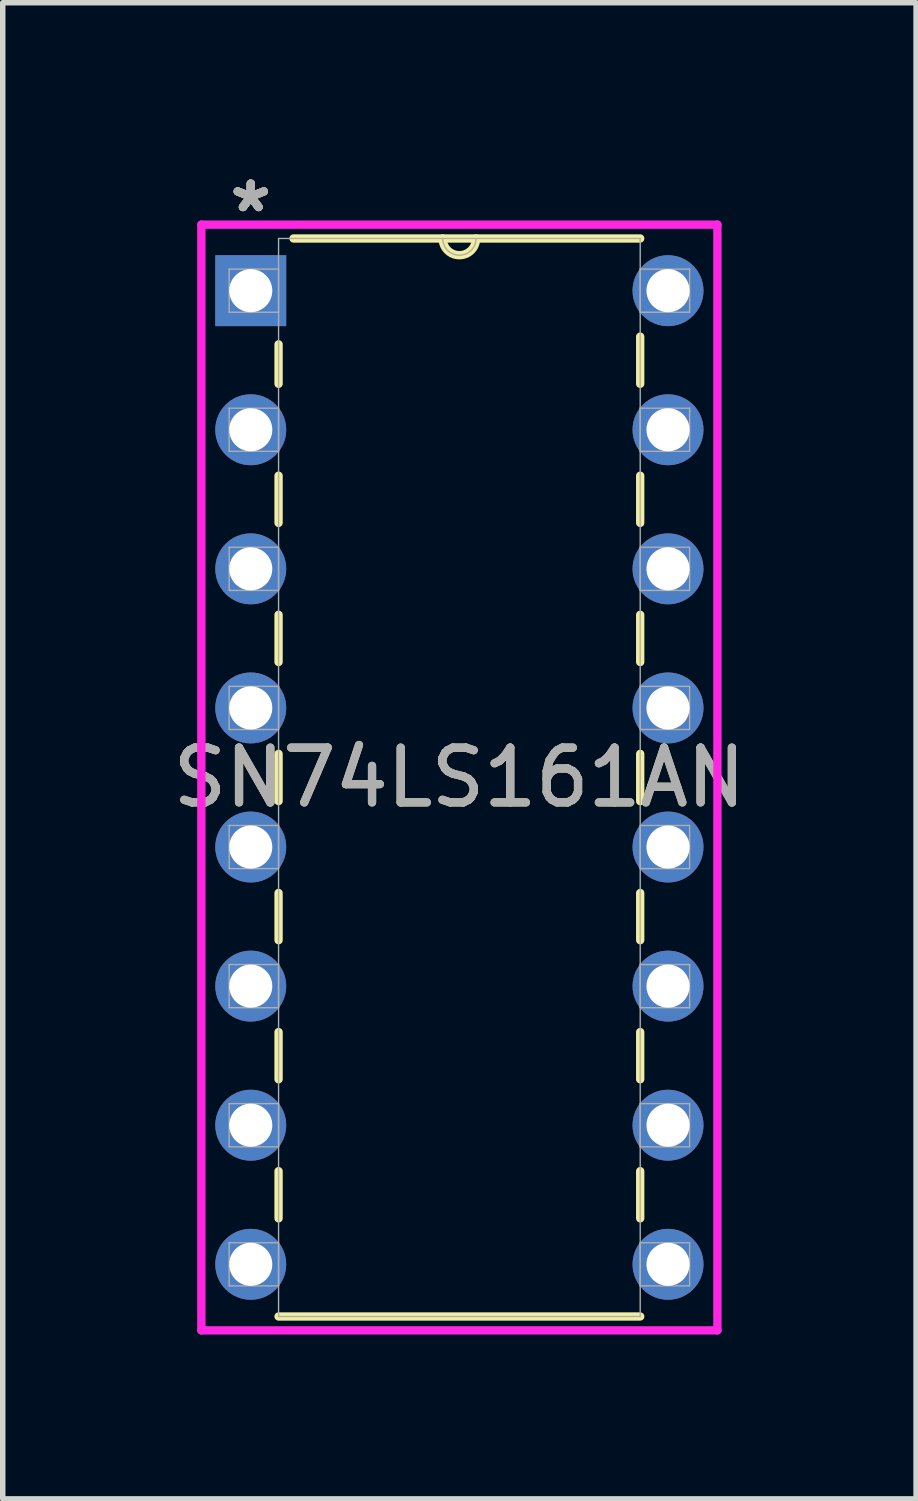
<source format=kicad_pcb>
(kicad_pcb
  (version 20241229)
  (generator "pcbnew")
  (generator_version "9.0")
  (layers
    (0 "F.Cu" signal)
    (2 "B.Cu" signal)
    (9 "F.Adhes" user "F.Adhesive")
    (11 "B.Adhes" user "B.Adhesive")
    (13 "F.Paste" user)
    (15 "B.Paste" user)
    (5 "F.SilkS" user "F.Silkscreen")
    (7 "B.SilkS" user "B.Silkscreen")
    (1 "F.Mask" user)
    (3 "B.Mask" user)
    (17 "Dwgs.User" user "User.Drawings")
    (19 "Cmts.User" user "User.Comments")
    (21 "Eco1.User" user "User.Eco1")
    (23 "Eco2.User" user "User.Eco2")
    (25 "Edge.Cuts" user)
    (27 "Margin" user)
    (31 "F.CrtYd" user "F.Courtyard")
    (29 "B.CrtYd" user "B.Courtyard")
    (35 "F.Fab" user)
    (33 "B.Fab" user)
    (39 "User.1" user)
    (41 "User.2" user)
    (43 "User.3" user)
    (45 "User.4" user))
  (footprint "SN74LS161AN"
    (layer "F.Cu")
    (at 9.149 20.038)
    (property "Reference" "SN74LS161AN" (at -3.81 -8.89 0) (unlocked yes) (layer "F.SilkS") (effects (font (size 1 1) (thickness 0.15))))
    (attr through_hole)
    (fp_line (start -7.112 -16.8) (end -7.112 -16.079) (stroke (width 0.152) (type solid)) (layer "F.SilkS"))
    (fp_line (start -7.112 -14.401) (end -7.112 -13.539) (stroke (width 0.152) (type solid)) (layer "F.SilkS"))
    (fp_line (start -7.112 -11.861) (end -7.112 -10.999) (stroke (width 0.152) (type solid)) (layer "F.SilkS"))
    (fp_line (start -7.112 -9.321) (end -7.112 -8.459) (stroke (width 0.152) (type solid)) (layer "F.SilkS"))
    (fp_line (start -7.112 -6.781) (end -7.112 -5.919) (stroke (width 0.152) (type solid)) (layer "F.SilkS"))
    (fp_line (start -7.112 -4.241) (end -7.112 -3.379) (stroke (width 0.152) (type solid)) (layer "F.SilkS"))
    (fp_line (start -7.112 -1.701) (end -7.112 -0.839) (stroke (width 0.152) (type solid)) (layer "F.SilkS"))
    (fp_line (start -7.112 0.953) (end -0.508 0.953) (stroke (width 0.152) (type solid)) (layer "F.SilkS"))
    (fp_line (start -0.508 -18.733) (end -6.839 -18.733) (stroke (width 0.152) (type solid)) (layer "F.SilkS"))
    (fp_line (start -0.508 -16.079) (end -0.508 -16.941) (stroke (width 0.152) (type solid)) (layer "F.SilkS"))
    (fp_line (start -0.508 -13.539) (end -0.508 -14.401) (stroke (width 0.152) (type solid)) (layer "F.SilkS"))
    (fp_line (start -0.508 -10.999) (end -0.508 -11.861) (stroke (width 0.152) (type solid)) (layer "F.SilkS"))
    (fp_line (start -0.508 -8.459) (end -0.508 -9.321) (stroke (width 0.152) (type solid)) (layer "F.SilkS"))
    (fp_line (start -0.508 -5.919) (end -0.508 -6.781) (stroke (width 0.152) (type solid)) (layer "F.SilkS"))
    (fp_line (start -0.508 -3.379) (end -0.508 -4.241) (stroke (width 0.152) (type solid)) (layer "F.SilkS"))
    (fp_line (start -0.508 -0.839) (end -0.508 -1.701) (stroke (width 0.152) (type solid)) (layer "F.SilkS"))
    (fp_arc (start -3.5052 -18.7325) (mid -3.81 -18.4277) (end -4.1148 -18.7325) (stroke (width 0.1524) (type solid)) (layer "F.SilkS"))
    (fp_line (start -8.522 -18.986) (end -8.522 1.206) (stroke (width 0.152) (type solid)) (layer "F.CrtYd"))
    (fp_line (start -8.522 1.206) (end 0.902 1.206) (stroke (width 0.152) (type solid)) (layer "F.CrtYd"))
    (fp_line (start 0.902 -18.986) (end -8.522 -18.986) (stroke (width 0.152) (type solid)) (layer "F.CrtYd"))
    (fp_line (start 0.902 1.206) (end 0.902 -18.986) (stroke (width 0.152) (type solid)) (layer "F.CrtYd"))
    (fp_line (start -8.014 -18.174) (end -8.014 -17.386) (stroke (width 0.025) (type solid)) (layer "F.Fab"))
    (fp_line (start -8.014 -17.386) (end -7.112 -17.386) (stroke (width 0.025) (type solid)) (layer "F.Fab"))
    (fp_line (start -8.014 -15.634) (end -8.014 -14.846) (stroke (width 0.025) (type solid)) (layer "F.Fab"))
    (fp_line (start -8.014 -14.846) (end -7.112 -14.846) (stroke (width 0.025) (type solid)) (layer "F.Fab"))
    (fp_line (start -8.014 -13.094) (end -8.014 -12.306) (stroke (width 0.025) (type solid)) (layer "F.Fab"))
    (fp_line (start -8.014 -12.306) (end -7.112 -12.306) (stroke (width 0.025) (type solid)) (layer "F.Fab"))
    (fp_line (start -8.014 -10.554) (end -8.014 -9.766) (stroke (width 0.025) (type solid)) (layer "F.Fab"))
    (fp_line (start -8.014 -9.766) (end -7.112 -9.766) (stroke (width 0.025) (type solid)) (layer "F.Fab"))
    (fp_line (start -8.014 -8.014) (end -8.014 -7.226) (stroke (width 0.025) (type solid)) (layer "F.Fab"))
    (fp_line (start -8.014 -7.226) (end -7.112 -7.226) (stroke (width 0.025) (type solid)) (layer "F.Fab"))
    (fp_line (start -8.014 -5.474) (end -8.014 -4.686) (stroke (width 0.025) (type solid)) (layer "F.Fab"))
    (fp_line (start -8.014 -4.686) (end -7.112 -4.686) (stroke (width 0.025) (type solid)) (layer "F.Fab"))
    (fp_line (start -8.014 -2.934) (end -8.014 -2.146) (stroke (width 0.025) (type solid)) (layer "F.Fab"))
    (fp_line (start -8.014 -2.146) (end -7.112 -2.146) (stroke (width 0.025) (type solid)) (layer "F.Fab"))
    (fp_line (start -8.014 -0.394) (end -8.014 0.394) (stroke (width 0.025) (type solid)) (layer "F.Fab"))
    (fp_line (start -8.014 0.394) (end -7.112 0.394) (stroke (width 0.025) (type solid)) (layer "F.Fab"))
    (fp_line (start -7.112 -18.733) (end -7.112 0.953) (stroke (width 0.025) (type solid)) (layer "F.Fab"))
    (fp_line (start -7.112 -18.174) (end -8.014 -18.174) (stroke (width 0.025) (type solid)) (layer "F.Fab"))
    (fp_line (start -7.112 -17.386) (end -7.112 -18.174) (stroke (width 0.025) (type solid)) (layer "F.Fab"))
    (fp_line (start -7.112 -15.634) (end -8.014 -15.634) (stroke (width 0.025) (type solid)) (layer "F.Fab"))
    (fp_line (start -7.112 -14.846) (end -7.112 -15.634) (stroke (width 0.025) (type solid)) (layer "F.Fab"))
    (fp_line (start -7.112 -13.094) (end -8.014 -13.094) (stroke (width 0.025) (type solid)) (layer "F.Fab"))
    (fp_line (start -7.112 -12.306) (end -7.112 -13.094) (stroke (width 0.025) (type solid)) (layer "F.Fab"))
    (fp_line (start -7.112 -10.554) (end -8.014 -10.554) (stroke (width 0.025) (type solid)) (layer "F.Fab"))
    (fp_line (start -7.112 -9.766) (end -7.112 -10.554) (stroke (width 0.025) (type solid)) (layer "F.Fab"))
    (fp_line (start -7.112 -8.014) (end -8.014 -8.014) (stroke (width 0.025) (type solid)) (layer "F.Fab"))
    (fp_line (start -7.112 -7.226) (end -7.112 -8.014) (stroke (width 0.025) (type solid)) (layer "F.Fab"))
    (fp_line (start -7.112 -5.474) (end -8.014 -5.474) (stroke (width 0.025) (type solid)) (layer "F.Fab"))
    (fp_line (start -7.112 -4.686) (end -7.112 -5.474) (stroke (width 0.025) (type solid)) (layer "F.Fab"))
    (fp_line (start -7.112 -2.934) (end -8.014 -2.934) (stroke (width 0.025) (type solid)) (layer "F.Fab"))
    (fp_line (start -7.112 -2.146) (end -7.112 -2.934) (stroke (width 0.025) (type solid)) (layer "F.Fab"))
    (fp_line (start -7.112 -0.394) (end -8.014 -0.394) (stroke (width 0.025) (type solid)) (layer "F.Fab"))
    (fp_line (start -7.112 0.394) (end -7.112 -0.394) (stroke (width 0.025) (type solid)) (layer "F.Fab"))
    (fp_line (start -7.112 0.953) (end -0.508 0.953) (stroke (width 0.025) (type solid)) (layer "F.Fab"))
    (fp_line (start -0.508 -18.733) (end -7.112 -18.733) (stroke (width 0.025) (type solid)) (layer "F.Fab"))
    (fp_line (start -0.508 -18.174) (end -0.508 -17.386) (stroke (width 0.025) (type solid)) (layer "F.Fab"))
    (fp_line (start -0.508 -17.386) (end 0.394 -17.386) (stroke (width 0.025) (type solid)) (layer "F.Fab"))
    (fp_line (start -0.508 -15.634) (end -0.508 -14.846) (stroke (width 0.025) (type solid)) (layer "F.Fab"))
    (fp_line (start -0.508 -14.846) (end 0.394 -14.846) (stroke (width 0.025) (type solid)) (layer "F.Fab"))
    (fp_line (start -0.508 -13.094) (end -0.508 -12.306) (stroke (width 0.025) (type solid)) (layer "F.Fab"))
    (fp_line (start -0.508 -12.306) (end 0.394 -12.306) (stroke (width 0.025) (type solid)) (layer "F.Fab"))
    (fp_line (start -0.508 -10.554) (end -0.508 -9.766) (stroke (width 0.025) (type solid)) (layer "F.Fab"))
    (fp_line (start -0.508 -9.766) (end 0.394 -9.766) (stroke (width 0.025) (type solid)) (layer "F.Fab"))
    (fp_line (start -0.508 -8.014) (end -0.508 -7.226) (stroke (width 0.025) (type solid)) (layer "F.Fab"))
    (fp_line (start -0.508 -7.226) (end 0.394 -7.226) (stroke (width 0.025) (type solid)) (layer "F.Fab"))
    (fp_line (start -0.508 -5.474) (end -0.508 -4.686) (stroke (width 0.025) (type solid)) (layer "F.Fab"))
    (fp_line (start -0.508 -4.686) (end 0.394 -4.686) (stroke (width 0.025) (type solid)) (layer "F.Fab"))
    (fp_line (start -0.508 -2.934) (end -0.508 -2.146) (stroke (width 0.025) (type solid)) (layer "F.Fab"))
    (fp_line (start -0.508 -2.146) (end 0.394 -2.146) (stroke (width 0.025) (type solid)) (layer "F.Fab"))
    (fp_line (start -0.508 -0.394) (end -0.508 0.394) (stroke (width 0.025) (type solid)) (layer "F.Fab"))
    (fp_line (start -0.508 0.394) (end 0.394 0.394) (stroke (width 0.025) (type solid)) (layer "F.Fab"))
    (fp_line (start -0.508 0.953) (end -0.508 -18.733) (stroke (width 0.025) (type solid)) (layer "F.Fab"))
    (fp_line (start 0.394 -18.174) (end -0.508 -18.174) (stroke (width 0.025) (type solid)) (layer "F.Fab"))
    (fp_line (start 0.394 -17.386) (end 0.394 -18.174) (stroke (width 0.025) (type solid)) (layer "F.Fab"))
    (fp_line (start 0.394 -15.634) (end -0.508 -15.634) (stroke (width 0.025) (type solid)) (layer "F.Fab"))
    (fp_line (start 0.394 -14.846) (end 0.394 -15.634) (stroke (width 0.025) (type solid)) (layer "F.Fab"))
    (fp_line (start 0.394 -13.094) (end -0.508 -13.094) (stroke (width 0.025) (type solid)) (layer "F.Fab"))
    (fp_line (start 0.394 -12.306) (end 0.394 -13.094) (stroke (width 0.025) (type solid)) (layer "F.Fab"))
    (fp_line (start 0.394 -10.554) (end -0.508 -10.554) (stroke (width 0.025) (type solid)) (layer "F.Fab"))
    (fp_line (start 0.394 -9.766) (end 0.394 -10.554) (stroke (width 0.025) (type solid)) (layer "F.Fab"))
    (fp_line (start 0.394 -8.014) (end -0.508 -8.014) (stroke (width 0.025) (type solid)) (layer "F.Fab"))
    (fp_line (start 0.394 -7.226) (end 0.394 -8.014) (stroke (width 0.025) (type solid)) (layer "F.Fab"))
    (fp_line (start 0.394 -5.474) (end -0.508 -5.474) (stroke (width 0.025) (type solid)) (layer "F.Fab"))
    (fp_line (start 0.394 -4.686) (end 0.394 -5.474) (stroke (width 0.025) (type solid)) (layer "F.Fab"))
    (fp_line (start 0.394 -2.934) (end -0.508 -2.934) (stroke (width 0.025) (type solid)) (layer "F.Fab"))
    (fp_line (start 0.394 -2.146) (end 0.394 -2.934) (stroke (width 0.025) (type solid)) (layer "F.Fab"))
    (fp_line (start 0.394 -0.394) (end -0.508 -0.394) (stroke (width 0.025) (type solid)) (layer "F.Fab"))
    (fp_line (start 0.394 0.394) (end 0.394 -0.394) (stroke (width 0.025) (type solid)) (layer "F.Fab"))
    (fp_arc (start -3.5052 -18.7325) (mid -3.81 -18.4277) (end -4.1148 -18.7325) (stroke (width 0.0254) (type solid)) (layer "F.Fab"))
    (fp_text user "*" (at -7.62 -19.19 0) (unlocked yes) (layer "F.SilkS") (effects (font (size 1 1) (thickness 0.15))))
    (fp_text user "*" (at -7.62 -19.19 0) (layer "F.SilkS") (effects (font (size 1 1) (thickness 0.15))))
    (fp_text user "*" (at -7.62 -19.19 0) (unlocked yes) (layer "F.Fab") (effects (font (size 1 1) (thickness 0.15))))
    (fp_text user "${REFERENCE}" (at -3.81 -8.89 0) (unlocked yes) (layer "F.Fab") (effects (font (size 1 1) (thickness 0.15))))
    (fp_text user "*" (at -7.62 -19.19 0) (layer "F.Fab") (effects (font (size 1 1) (thickness 0.15))))
    (pad "1" thru_hole rect (at -7.62 -17.78) (size 1.295 1.295) (drill 0.787) (layers "*.Cu" "*.Mask"))
    (pad "2" thru_hole circle (at -7.62 -15.24) (size 1.295 1.295) (drill 0.787) (layers "*.Cu" "*.Mask"))
    (pad "3" thru_hole circle (at -7.62 -12.7) (size 1.295 1.295) (drill 0.787) (layers "*.Cu" "*.Mask"))
    (pad "4" thru_hole circle (at -7.62 -10.16) (size 1.295 1.295) (drill 0.787) (layers "*.Cu" "*.Mask"))
    (pad "5" thru_hole circle (at -7.62 -7.62) (size 1.295 1.295) (drill 0.787) (layers "*.Cu" "*.Mask"))
    (pad "6" thru_hole circle (at -7.62 -5.08) (size 1.295 1.295) (drill 0.787) (layers "*.Cu" "*.Mask"))
    (pad "7" thru_hole circle (at -7.62 -2.54) (size 1.295 1.295) (drill 0.787) (layers "*.Cu" "*.Mask"))
    (pad "8" thru_hole circle (at -7.62 0) (size 1.295 1.295) (drill 0.787) (layers "*.Cu" "*.Mask"))
    (pad "9" thru_hole circle (at 0 0) (size 1.295 1.295) (drill 0.787) (layers "*.Cu" "*.Mask"))
    (pad "10" thru_hole circle (at 0 -2.54) (size 1.295 1.295) (drill 0.787) (layers "*.Cu" "*.Mask"))
    (pad "11" thru_hole circle (at 0 -5.08) (size 1.295 1.295) (drill 0.787) (layers "*.Cu" "*.Mask"))
    (pad "12" thru_hole circle (at 0 -7.62) (size 1.295 1.295) (drill 0.787) (layers "*.Cu" "*.Mask"))
    (pad "13" thru_hole circle (at 0 -10.16) (size 1.295 1.295) (drill 0.787) (layers "*.Cu" "*.Mask"))
    (pad "14" thru_hole circle (at 0 -12.7) (size 1.295 1.295) (drill 0.787) (layers "*.Cu" "*.Mask"))
    (pad "15" thru_hole circle (at 0 -15.24) (size 1.295 1.295) (drill 0.787) (layers "*.Cu" "*.Mask"))
    (pad "16" thru_hole circle (at 0 -17.78) (size 1.295 1.295) (drill 0.787) (layers "*.Cu" "*.Mask")))
  (gr_rect
    (start -3 -3)
    (end 13.679 24.321)
    (stroke (width 0.1) (type default))
    (fill no)
    (layer "Edge.Cuts")))
</source>
